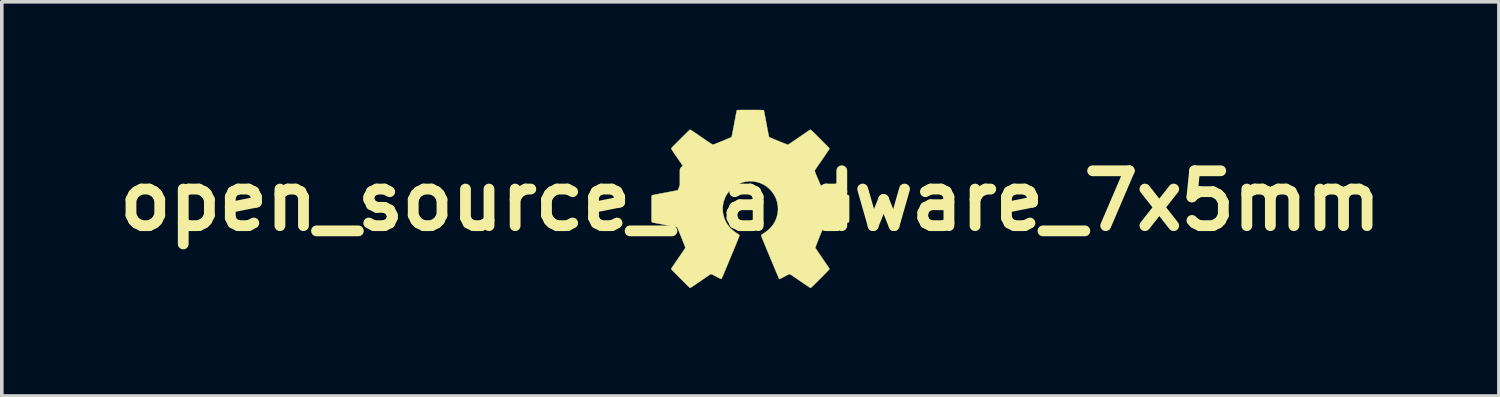
<source format=kicad_pcb>
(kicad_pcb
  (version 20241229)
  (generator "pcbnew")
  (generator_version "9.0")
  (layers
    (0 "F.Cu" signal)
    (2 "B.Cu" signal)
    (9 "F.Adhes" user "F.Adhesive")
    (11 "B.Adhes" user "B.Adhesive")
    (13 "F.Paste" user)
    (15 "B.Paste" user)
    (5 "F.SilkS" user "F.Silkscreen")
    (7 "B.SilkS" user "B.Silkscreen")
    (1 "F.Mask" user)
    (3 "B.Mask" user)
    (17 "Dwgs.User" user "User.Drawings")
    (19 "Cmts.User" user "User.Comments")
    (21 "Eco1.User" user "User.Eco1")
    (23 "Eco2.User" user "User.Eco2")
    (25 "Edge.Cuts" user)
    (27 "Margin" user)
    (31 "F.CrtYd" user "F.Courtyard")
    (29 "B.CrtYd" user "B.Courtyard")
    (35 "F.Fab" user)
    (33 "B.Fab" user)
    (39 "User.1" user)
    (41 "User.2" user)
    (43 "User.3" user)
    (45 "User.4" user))
  (footprint "open_source_hardware_7x5mm"
    (layer "F.Cu")
    (at 17.787 2.527)
    (property "Reference" "open_source_hardware_7x5mm" (at 0 0 0) (layer "F.SilkS") (effects (font (size 1.524 1.524) (thickness 0.3))))
    (attr through_hole)
    (fp_poly (pts (xy 0.159 -2.522) (xy 0.199 -2.522) (xy 0.234 -2.522) (xy 0.264 -2.521) (xy 0.289 -2.521) (xy 0.31 -2.521) (xy 0.327 -2.52) (xy 0.341 -2.519) (xy 0.351 -2.518) (xy 0.359 -2.517) (xy 0.365 -2.516) (xy 0.369 -2.514) (xy 0.372 -2.512) (xy 0.374 -2.51) (xy 0.375 -2.507) (xy 0.377 -2.505) (xy 0.377 -2.504) (xy 0.379 -2.499) (xy 0.381 -2.488) (xy 0.384 -2.471) (xy 0.389 -2.448) (xy 0.394 -2.42) (xy 0.401 -2.387) (xy 0.408 -2.35) (xy 0.416 -2.31) (xy 0.424 -2.266) (xy 0.433 -2.219) (xy 0.442 -2.171) (xy 0.446 -2.146) (xy 0.456 -2.092) (xy 0.466 -2.04) (xy 0.475 -1.993) (xy 0.483 -1.949) (xy 0.491 -1.909) (xy 0.498 -1.874) (xy 0.504 -1.844) (xy 0.509 -1.819) (xy 0.513 -1.801) (xy 0.516 -1.788) (xy 0.518 -1.782) (xy 0.518 -1.782) (xy 0.525 -1.772) (xy 0.533 -1.764) (xy 0.533 -1.764) (xy 0.539 -1.761) (xy 0.551 -1.756) (xy 0.568 -1.748) (xy 0.589 -1.739) (xy 0.615 -1.728) (xy 0.644 -1.716) (xy 0.676 -1.703) (xy 0.71 -1.689) (xy 0.745 -1.675) (xy 0.781 -1.66) (xy 0.817 -1.646) (xy 0.852 -1.631) (xy 0.886 -1.618) (xy 0.918 -1.605) (xy 0.948 -1.593) (xy 0.975 -1.583) (xy 0.997 -1.574) (xy 1.015 -1.567) (xy 1.028 -1.563) (xy 1.036 -1.56) (xy 1.037 -1.56) (xy 1.048 -1.561) (xy 1.057 -1.564) (xy 1.061 -1.566) (xy 1.071 -1.572) (xy 1.085 -1.582) (xy 1.105 -1.595) (xy 1.129 -1.611) (xy 1.157 -1.63) (xy 1.188 -1.651) (xy 1.222 -1.675) (xy 1.259 -1.7) (xy 1.298 -1.726) (xy 1.339 -1.754) (xy 1.357 -1.767) (xy 1.399 -1.796) (xy 1.438 -1.823) (xy 1.476 -1.849) (xy 1.512 -1.873) (xy 1.544 -1.895) (xy 1.573 -1.915) (xy 1.599 -1.932) (xy 1.62 -1.947) (xy 1.637 -1.958) (xy 1.649 -1.966) (xy 1.656 -1.971) (xy 1.657 -1.971) (xy 1.661 -1.973) (xy 1.664 -1.974) (xy 1.667 -1.974) (xy 1.671 -1.974) (xy 1.676 -1.972) (xy 1.682 -1.969) (xy 1.689 -1.964) (xy 1.698 -1.956) (xy 1.709 -1.947) (xy 1.723 -1.934) (xy 1.739 -1.919) (xy 1.758 -1.9) (xy 1.781 -1.878) (xy 1.807 -1.852) (xy 1.837 -1.822) (xy 1.871 -1.788) (xy 1.91 -1.749) (xy 1.94 -1.719) (xy 1.986 -1.673) (xy 2.027 -1.631) (xy 2.064 -1.595) (xy 2.095 -1.563) (xy 2.122 -1.536) (xy 2.144 -1.513) (xy 2.162 -1.494) (xy 2.176 -1.479) (xy 2.186 -1.468) (xy 2.192 -1.461) (xy 2.194 -1.457) (xy 2.195 -1.446) (xy 2.193 -1.438) (xy 2.191 -1.434) (xy 2.184 -1.424) (xy 2.174 -1.409) (xy 2.161 -1.39) (xy 2.145 -1.366) (xy 2.127 -1.338) (xy 2.105 -1.307) (xy 2.082 -1.273) (xy 2.057 -1.236) (xy 2.031 -1.198) (xy 2.003 -1.157) (xy 1.994 -1.144) (xy 1.966 -1.103) (xy 1.939 -1.064) (xy 1.913 -1.026) (xy 1.889 -0.991) (xy 1.867 -0.959) (xy 1.848 -0.93) (xy 1.831 -0.905) (xy 1.816 -0.884) (xy 1.805 -0.868) (xy 1.798 -0.856) (xy 1.794 -0.85) (xy 1.794 -0.85) (xy 1.792 -0.845) (xy 1.79 -0.841) (xy 1.79 -0.836) (xy 1.79 -0.83) (xy 1.791 -0.823) (xy 1.794 -0.813) (xy 1.797 -0.801) (xy 1.803 -0.787) (xy 1.81 -0.768) (xy 1.818 -0.747) (xy 1.829 -0.72) (xy 1.842 -0.689) (xy 1.858 -0.653) (xy 1.876 -0.611) (xy 1.894 -0.567) (xy 1.912 -0.527) (xy 1.928 -0.489) (xy 1.944 -0.452) (xy 1.958 -0.419) (xy 1.971 -0.389) (xy 1.983 -0.363) (xy 1.992 -0.342) (xy 1.999 -0.326) (xy 2.004 -0.315) (xy 2.007 -0.31) (xy 2.014 -0.301) (xy 2.024 -0.293) (xy 2.029 -0.292) (xy 2.041 -0.289) (xy 2.06 -0.285) (xy 2.085 -0.28) (xy 2.115 -0.273) (xy 2.152 -0.266) (xy 2.193 -0.258) (xy 2.24 -0.249) (xy 2.291 -0.24) (xy 2.346 -0.229) (xy 2.369 -0.225) (xy 2.418 -0.216) (xy 2.465 -0.207) (xy 2.509 -0.199) (xy 2.551 -0.191) (xy 2.589 -0.184) (xy 2.623 -0.178) (xy 2.652 -0.172) (xy 2.677 -0.167) (xy 2.696 -0.163) (xy 2.71 -0.161) (xy 2.716 -0.159) (xy 2.717 -0.159) (xy 2.728 -0.154) (xy 2.736 -0.146) (xy 2.737 -0.145) (xy 2.738 -0.143) (xy 2.739 -0.14) (xy 2.74 -0.136) (xy 2.741 -0.13) (xy 2.741 -0.123) (xy 2.742 -0.112) (xy 2.742 -0.099) (xy 2.742 -0.083) (xy 2.743 -0.062) (xy 2.743 -0.038) (xy 2.743 -0.008) (xy 2.743 0.026) (xy 2.743 0.066) (xy 2.743 0.112) (xy 2.743 0.164) (xy 2.743 0.219) (xy 2.743 0.278) (xy 2.743 0.33) (xy 2.743 0.375) (xy 2.743 0.415) (xy 2.743 0.449) (xy 2.743 0.478) (xy 2.743 0.502) (xy 2.742 0.523) (xy 2.742 0.539) (xy 2.742 0.552) (xy 2.741 0.562) (xy 2.74 0.57) (xy 2.74 0.576) (xy 2.739 0.58) (xy 2.738 0.583) (xy 2.737 0.585) (xy 2.736 0.587) (xy 2.73 0.595) (xy 2.723 0.6) (xy 2.723 0.6) (xy 2.717 0.601) (xy 2.706 0.604) (xy 2.69 0.607) (xy 2.67 0.611) (xy 2.647 0.615) (xy 2.638 0.617) (xy 2.615 0.621) (xy 2.587 0.626) (xy 2.555 0.632) (xy 2.52 0.639) (xy 2.484 0.645) (xy 2.448 0.652) (xy 2.424 0.656) (xy 2.386 0.663) (xy 2.345 0.671) (xy 2.302 0.679) (xy 2.259 0.687) (xy 2.219 0.695) (xy 2.182 0.701) (xy 2.168 0.704) (xy 2.14 0.709) (xy 2.113 0.715) (xy 2.089 0.719) (xy 2.07 0.723) (xy 2.055 0.726) (xy 2.046 0.728) (xy 2.043 0.729) (xy 2.037 0.734) (xy 2.029 0.741) (xy 2.027 0.746) (xy 2.022 0.757) (xy 2.014 0.773) (xy 2.005 0.794) (xy 1.995 0.82) (xy 1.982 0.849) (xy 1.969 0.881) (xy 1.955 0.916) (xy 1.94 0.952) (xy 1.925 0.989) (xy 1.91 1.027) (xy 1.895 1.065) (xy 1.88 1.102) (xy 1.866 1.137) (xy 1.853 1.171) (xy 1.841 1.201) (xy 1.831 1.229) (xy 1.822 1.252) (xy 1.815 1.272) (xy 1.81 1.285) (xy 1.807 1.293) (xy 1.807 1.295) (xy 1.808 1.306) (xy 1.81 1.314) (xy 1.813 1.319) (xy 1.819 1.328) (xy 1.829 1.343) (xy 1.842 1.363) (xy 1.858 1.387) (xy 1.877 1.414) (xy 1.898 1.445) (xy 1.921 1.479) (xy 1.946 1.515) (xy 1.972 1.554) (xy 1.999 1.594) (xy 2.001 1.597) (xy 2.029 1.637) (xy 2.055 1.676) (xy 2.08 1.712) (xy 2.104 1.746) (xy 2.125 1.777) (xy 2.144 1.805) (xy 2.16 1.829) (xy 2.173 1.849) (xy 2.183 1.865) (xy 2.19 1.875) (xy 2.193 1.88) (xy 2.193 1.88) (xy 2.195 1.89) (xy 2.194 1.9) (xy 2.191 1.904) (xy 2.183 1.913) (xy 2.171 1.926) (xy 2.155 1.943) (xy 2.136 1.963) (xy 2.114 1.986) (xy 2.089 2.011) (xy 2.062 2.039) (xy 2.033 2.068) (xy 2.003 2.099) (xy 1.972 2.13) (xy 1.94 2.162) (xy 1.909 2.193) (xy 1.878 2.225) (xy 1.847 2.255) (xy 1.818 2.283) (xy 1.791 2.31) (xy 1.766 2.335) (xy 1.743 2.357) (xy 1.724 2.376) (xy 1.708 2.391) (xy 1.695 2.402) (xy 1.687 2.409) (xy 1.684 2.412) (xy 1.673 2.415) (xy 1.663 2.415) (xy 1.659 2.413) (xy 1.649 2.407) (xy 1.634 2.397) (xy 1.615 2.384) (xy 1.591 2.368) (xy 1.564 2.35) (xy 1.533 2.329) (xy 1.499 2.306) (xy 1.463 2.281) (xy 1.425 2.255) (xy 1.387 2.229) (xy 1.348 2.202) (xy 1.309 2.176) (xy 1.273 2.151) (xy 1.24 2.128) (xy 1.209 2.107) (xy 1.181 2.089) (xy 1.158 2.073) (xy 1.138 2.06) (xy 1.124 2.05) (xy 1.114 2.043) (xy 1.11 2.041) (xy 1.104 2.038) (xy 1.098 2.036) (xy 1.092 2.036) (xy 1.084 2.037) (xy 1.075 2.039) (xy 1.063 2.044) (xy 1.048 2.051) (xy 1.029 2.06) (xy 1.005 2.072) (xy 0.977 2.087) (xy 0.947 2.103) (xy 0.919 2.118) (xy 0.893 2.131) (xy 0.87 2.144) (xy 0.849 2.154) (xy 0.833 2.162) (xy 0.821 2.167) (xy 0.815 2.17) (xy 0.814 2.17) (xy 0.805 2.168) (xy 0.799 2.164) (xy 0.797 2.16) (xy 0.792 2.15) (xy 0.785 2.134) (xy 0.776 2.112) (xy 0.765 2.086) (xy 0.752 2.054) (xy 0.737 2.019) (xy 0.72 1.98) (xy 0.702 1.937) (xy 0.683 1.892) (xy 0.663 1.844) (xy 0.642 1.793) (xy 0.62 1.741) (xy 0.598 1.688) (xy 0.575 1.634) (xy 0.552 1.579) (xy 0.529 1.524) (xy 0.507 1.469) (xy 0.484 1.415) (xy 0.462 1.363) (xy 0.441 1.312) (xy 0.421 1.262) (xy 0.402 1.216) (xy 0.384 1.172) (xy 0.367 1.131) (xy 0.352 1.094) (xy 0.338 1.061) (xy 0.326 1.032) (xy 0.317 1.009) (xy 0.31 0.99) (xy 0.305 0.977) (xy 0.302 0.971) (xy 0.302 0.97) (xy 0.302 0.96) (xy 0.308 0.949) (xy 0.32 0.937) (xy 0.339 0.925) (xy 0.344 0.921) (xy 0.356 0.914) (xy 0.368 0.906) (xy 0.381 0.897) (xy 0.397 0.886) (xy 0.415 0.873) (xy 0.437 0.857) (xy 0.464 0.837) (xy 0.472 0.831) (xy 0.491 0.816) (xy 0.513 0.796) (xy 0.537 0.773) (xy 0.56 0.749) (xy 0.583 0.724) (xy 0.603 0.701) (xy 0.614 0.687) (xy 0.656 0.625) (xy 0.691 0.561) (xy 0.72 0.494) (xy 0.742 0.424) (xy 0.758 0.353) (xy 0.767 0.281) (xy 0.769 0.209) (xy 0.765 0.154) (xy 0.755 0.081) (xy 0.738 0.01) (xy 0.715 -0.057) (xy 0.686 -0.122) (xy 0.652 -0.182) (xy 0.612 -0.239) (xy 0.568 -0.292) (xy 0.52 -0.341) (xy 0.468 -0.385) (xy 0.412 -0.424) (xy 0.352 -0.458) (xy 0.29 -0.487) (xy 0.225 -0.51) (xy 0.158 -0.527) (xy 0.089 -0.539) (xy 0.018 -0.543) (xy -0.053 -0.542) (xy -0.126 -0.533) (xy -0.152 -0.528) (xy -0.225 -0.51) (xy -0.294 -0.485) (xy -0.361 -0.453) (xy -0.424 -0.416) (xy -0.483 -0.371) (xy -0.539 -0.321) (xy -0.543 -0.318) (xy -0.592 -0.264) (xy -0.634 -0.208) (xy -0.671 -0.149) (xy -0.702 -0.086) (xy -0.728 -0.02) (xy -0.748 0.051) (xy -0.761 0.123) (xy -0.767 0.196) (xy -0.767 0.268) (xy -0.759 0.339) (xy -0.745 0.41) (xy -0.724 0.479) (xy -0.697 0.546) (xy -0.663 0.612) (xy -0.622 0.674) (xy -0.583 0.724) (xy -0.546 0.764) (xy -0.502 0.805) (xy -0.451 0.847) (xy -0.392 0.888) (xy -0.355 0.913) (xy -0.335 0.926) (xy -0.32 0.937) (xy -0.31 0.945) (xy -0.304 0.952) (xy -0.302 0.959) (xy -0.301 0.964) (xy -0.303 0.969) (xy -0.307 0.98) (xy -0.313 0.996) (xy -0.322 1.018) (xy -0.333 1.045) (xy -0.345 1.077) (xy -0.36 1.113) (xy -0.376 1.153) (xy -0.394 1.196) (xy -0.413 1.242) (xy -0.433 1.291) (xy -0.454 1.341) (xy -0.475 1.394) (xy -0.497 1.447) (xy -0.52 1.502) (xy -0.543 1.557) (xy -0.566 1.612) (xy -0.588 1.667) (xy -0.611 1.721) (xy -0.633 1.774) (xy -0.654 1.825) (xy -0.675 1.874) (xy -0.694 1.92) (xy -0.713 1.964) (xy -0.73 2.005) (xy -0.745 2.042) (xy -0.759 2.075) (xy -0.772 2.103) (xy -0.782 2.126) (xy -0.79 2.144) (xy -0.795 2.157) (xy -0.798 2.163) (xy -0.799 2.164) (xy -0.807 2.168) (xy -0.814 2.17) (xy -0.818 2.168) (xy -0.829 2.163) (xy -0.844 2.156) (xy -0.864 2.146) (xy -0.886 2.134) (xy -0.912 2.121) (xy -0.94 2.106) (xy -0.947 2.103) (xy -0.98 2.085) (xy -1.009 2.07) (xy -1.032 2.058) (xy -1.05 2.049) (xy -1.065 2.042) (xy -1.077 2.038) (xy -1.087 2.036) (xy -1.095 2.036) (xy -1.101 2.037) (xy -1.108 2.04) (xy -1.115 2.044) (xy -1.119 2.047) (xy -1.124 2.05) (xy -1.136 2.058) (xy -1.152 2.069) (xy -1.172 2.083) (xy -1.197 2.1) (xy -1.226 2.119) (xy -1.257 2.141) (xy -1.291 2.164) (xy -1.328 2.189) (xy -1.366 2.216) (xy -1.395 2.235) (xy -1.434 2.262) (xy -1.472 2.288) (xy -1.508 2.312) (xy -1.541 2.335) (xy -1.571 2.355) (xy -1.598 2.373) (xy -1.621 2.388) (xy -1.639 2.4) (xy -1.653 2.408) (xy -1.662 2.413) (xy -1.664 2.415) (xy -1.675 2.415) (xy -1.682 2.413) (xy -1.685 2.41) (xy -1.694 2.402) (xy -1.706 2.39) (xy -1.723 2.374) (xy -1.744 2.354) (xy -1.767 2.331) (xy -1.794 2.304) (xy -1.823 2.275) (xy -1.855 2.244) (xy -1.888 2.21) (xy -1.923 2.175) (xy -1.94 2.158) (xy -1.983 2.116) (xy -2.021 2.078) (xy -2.054 2.044) (xy -2.083 2.015) (xy -2.108 1.99) (xy -2.129 1.968) (xy -2.147 1.95) (xy -2.161 1.934) (xy -2.173 1.921) (xy -2.181 1.911) (xy -2.188 1.902) (xy -2.192 1.895) (xy -2.194 1.889) (xy -2.195 1.884) (xy -2.194 1.879) (xy -2.192 1.875) (xy -2.19 1.871) (xy -2.186 1.867) (xy -2.184 1.863) (xy -2.18 1.858) (xy -2.172 1.846) (xy -2.161 1.83) (xy -2.147 1.809) (xy -2.129 1.784) (xy -2.11 1.756) (xy -2.088 1.724) (xy -2.065 1.69) (xy -2.039 1.653) (xy -2.013 1.615) (xy -1.993 1.585) (xy -1.966 1.546) (xy -1.94 1.508) (xy -1.916 1.473) (xy -1.894 1.44) (xy -1.873 1.41) (xy -1.855 1.383) (xy -1.84 1.36) (xy -1.827 1.341) (xy -1.818 1.327) (xy -1.812 1.318) (xy -1.811 1.315) (xy -1.808 1.305) (xy -1.807 1.294) (xy -1.808 1.288) (xy -1.812 1.277) (xy -1.818 1.259) (xy -1.827 1.237) (xy -1.837 1.211) (xy -1.848 1.181) (xy -1.861 1.149) (xy -1.875 1.114) (xy -1.889 1.077) (xy -1.904 1.04) (xy -1.92 1.002) (xy -1.935 0.964) (xy -1.95 0.927) (xy -1.965 0.892) (xy -1.978 0.859) (xy -1.991 0.828) (xy -2.002 0.801) (xy -2.012 0.778) (xy -2.02 0.76) (xy -2.027 0.747) (xy -2.03 0.74) (xy -2.031 0.739) (xy -2.034 0.736) (xy -2.037 0.734) (xy -2.041 0.731) (xy -2.046 0.729) (xy -2.053 0.727) (xy -2.063 0.724) (xy -2.077 0.721) (xy -2.094 0.718) (xy -2.117 0.713) (xy -2.144 0.708) (xy -2.178 0.702) (xy -2.193 0.699) (xy -2.22 0.694) (xy -2.251 0.688) (xy -2.285 0.682) (xy -2.322 0.675) (xy -2.36 0.668) (xy -2.4 0.66) (xy -2.44 0.653) (xy -2.48 0.646) (xy -2.519 0.638) (xy -2.556 0.631) (xy -2.59 0.625) (xy -2.621 0.619) (xy -2.647 0.614) (xy -2.669 0.61) (xy -2.685 0.608) (xy -2.692 0.606) (xy -2.706 0.603) (xy -2.718 0.6) (xy -2.723 0.598) (xy -2.726 0.597) (xy -2.729 0.596) (xy -2.731 0.594) (xy -2.734 0.592) (xy -2.736 0.588) (xy -2.737 0.583) (xy -2.739 0.575) (xy -2.74 0.565) (xy -2.741 0.552) (xy -2.742 0.536) (xy -2.742 0.516) (xy -2.743 0.492) (xy -2.743 0.463) (xy -2.743 0.429) (xy -2.743 0.39) (xy -2.743 0.344) (xy -2.743 0.293) (xy -2.743 0.235) (xy -2.743 0.222) (xy -2.743 0.163) (xy -2.743 0.108) (xy -2.743 0.058) (xy -2.743 0.013) (xy -2.742 -0.027) (xy -2.742 -0.061) (xy -2.742 -0.09) (xy -2.741 -0.112) (xy -2.741 -0.128) (xy -2.74 -0.137) (xy -2.74 -0.139) (xy -2.734 -0.148) (xy -2.728 -0.154) (xy -2.723 -0.156) (xy -2.711 -0.158) (xy -2.693 -0.162) (xy -2.669 -0.167) (xy -2.639 -0.173) (xy -2.604 -0.18) (xy -2.564 -0.188) (xy -2.519 -0.197) (xy -2.47 -0.206) (xy -2.417 -0.216) (xy -2.377 -0.223) (xy -2.328 -0.232) (xy -2.281 -0.241) (xy -2.236 -0.25) (xy -2.194 -0.258) (xy -2.156 -0.265) (xy -2.121 -0.272) (xy -2.091 -0.278) (xy -2.066 -0.283) (xy -2.047 -0.287) (xy -2.033 -0.29) (xy -2.026 -0.292) (xy -2.025 -0.292) (xy -2.015 -0.299) (xy -2.008 -0.307) (xy -2.005 -0.312) (xy -2 -0.323) (xy -1.992 -0.34) (xy -1.983 -0.362) (xy -1.971 -0.388) (xy -1.958 -0.418) (xy -1.944 -0.451) (xy -1.928 -0.488) (xy -1.911 -0.526) (xy -1.895 -0.565) (xy -1.874 -0.613) (xy -1.856 -0.655) (xy -1.841 -0.692) (xy -1.827 -0.723) (xy -1.817 -0.749) (xy -1.808 -0.771) (xy -1.801 -0.79) (xy -1.796 -0.805) (xy -1.792 -0.817) (xy -1.79 -0.826) (xy -1.789 -0.834) (xy -1.79 -0.84) (xy -1.791 -0.846) (xy -1.793 -0.851) (xy -1.796 -0.856) (xy -1.799 -0.86) (xy -1.803 -0.866) (xy -1.81 -0.876) (xy -1.821 -0.892) (xy -1.835 -0.913) (xy -1.852 -0.938) (xy -1.871 -0.966) (xy -1.893 -0.998) (xy -1.917 -1.033) (xy -1.942 -1.07) (xy -1.969 -1.109) (xy -1.997 -1.149) (xy -2.001 -1.155) (xy -2.028 -1.196) (xy -2.055 -1.235) (xy -2.08 -1.271) (xy -2.104 -1.306) (xy -2.125 -1.338) (xy -2.144 -1.366) (xy -2.16 -1.391) (xy -2.174 -1.411) (xy -2.184 -1.427) (xy -2.191 -1.438) (xy -2.194 -1.443) (xy -2.194 -1.444) (xy -2.194 -1.456) (xy -2.19 -1.465) (xy -2.187 -1.469) (xy -2.179 -1.477) (xy -2.166 -1.49) (xy -2.15 -1.508) (xy -2.13 -1.528) (xy -2.106 -1.552) (xy -2.079 -1.579) (xy -2.05 -1.609) (xy -2.019 -1.641) (xy -1.985 -1.674) (xy -1.95 -1.709) (xy -1.937 -1.722) (xy -1.891 -1.768) (xy -1.851 -1.808) (xy -1.815 -1.844) (xy -1.783 -1.875) (xy -1.756 -1.901) (xy -1.734 -1.923) (xy -1.715 -1.941) (xy -1.701 -1.954) (xy -1.69 -1.964) (xy -1.682 -1.97) (xy -1.679 -1.972) (xy -1.678 -1.972) (xy -1.667 -1.973) (xy -1.658 -1.971) (xy -1.654 -1.969) (xy -1.644 -1.963) (xy -1.629 -1.953) (xy -1.61 -1.939) (xy -1.586 -1.923) (xy -1.558 -1.905) (xy -1.526 -1.883) (xy -1.492 -1.86) (xy -1.455 -1.835) (xy -1.416 -1.808) (xy -1.375 -1.78) (xy -1.354 -1.765) (xy -1.305 -1.732) (xy -1.261 -1.702) (xy -1.223 -1.676) (xy -1.19 -1.653) (xy -1.161 -1.634) (xy -1.137 -1.617) (xy -1.116 -1.604) (xy -1.099 -1.592) (xy -1.085 -1.583) (xy -1.073 -1.576) (xy -1.064 -1.57) (xy -1.057 -1.567) (xy -1.051 -1.564) (xy -1.047 -1.562) (xy -1.043 -1.561) (xy -1.042 -1.561) (xy -1.038 -1.561) (xy -1.034 -1.562) (xy -1.028 -1.563) (xy -1.021 -1.565) (xy -1.011 -1.568) (xy -0.999 -1.572) (xy -0.983 -1.578) (xy -0.964 -1.585) (xy -0.941 -1.595) (xy -0.913 -1.606) (xy -0.88 -1.619) (xy -0.841 -1.635) (xy -0.796 -1.653) (xy -0.78 -1.66) (xy -0.74 -1.676) (xy -0.702 -1.692) (xy -0.666 -1.707) (xy -0.633 -1.721) (xy -0.604 -1.733) (xy -0.578 -1.744) (xy -0.558 -1.753) (xy -0.542 -1.76) (xy -0.532 -1.764) (xy -0.529 -1.766) (xy -0.522 -1.774) (xy -0.517 -1.783) (xy -0.515 -1.787) (xy -0.513 -1.799) (xy -0.509 -1.817) (xy -0.504 -1.84) (xy -0.499 -1.868) (xy -0.492 -1.902) (xy -0.485 -1.939) (xy -0.477 -1.98) (xy -0.469 -2.024) (xy -0.46 -2.07) (xy -0.451 -2.119) (xy -0.446 -2.144) (xy -0.437 -2.193) (xy -0.428 -2.241) (xy -0.42 -2.286) (xy -0.412 -2.328) (xy -0.404 -2.367) (xy -0.398 -2.402) (xy -0.392 -2.432) (xy -0.387 -2.458) (xy -0.383 -2.478) (xy -0.381 -2.492) (xy -0.379 -2.5) (xy -0.379 -2.501) (xy -0.375 -2.507) (xy -0.368 -2.515) (xy -0.366 -2.516) (xy -0.364 -2.517) (xy -0.361 -2.518) (xy -0.357 -2.519) (xy -0.352 -2.519) (xy -0.344 -2.52) (xy -0.334 -2.52) (xy -0.321 -2.521) (xy -0.305 -2.521) (xy -0.285 -2.521) (xy -0.26 -2.522) (xy -0.231 -2.522) (xy -0.197 -2.522) (xy -0.157 -2.522) (xy -0.112 -2.522) (xy -0.06 -2.522) (xy -0.001 -2.522) (xy -0.000319 -2.522) (xy 0.059 -2.522) (xy 0.112 -2.522) (xy 0.159 -2.522)) (stroke (width 0.01) (type solid)) (fill yes) (layer "F.SilkS")))
  (gr_rect
    (start -3 -3)
    (end 38.575 7.947)
    (stroke (width 0.1) (type default))
    (fill no)
    (layer "Edge.Cuts")))
</source>
